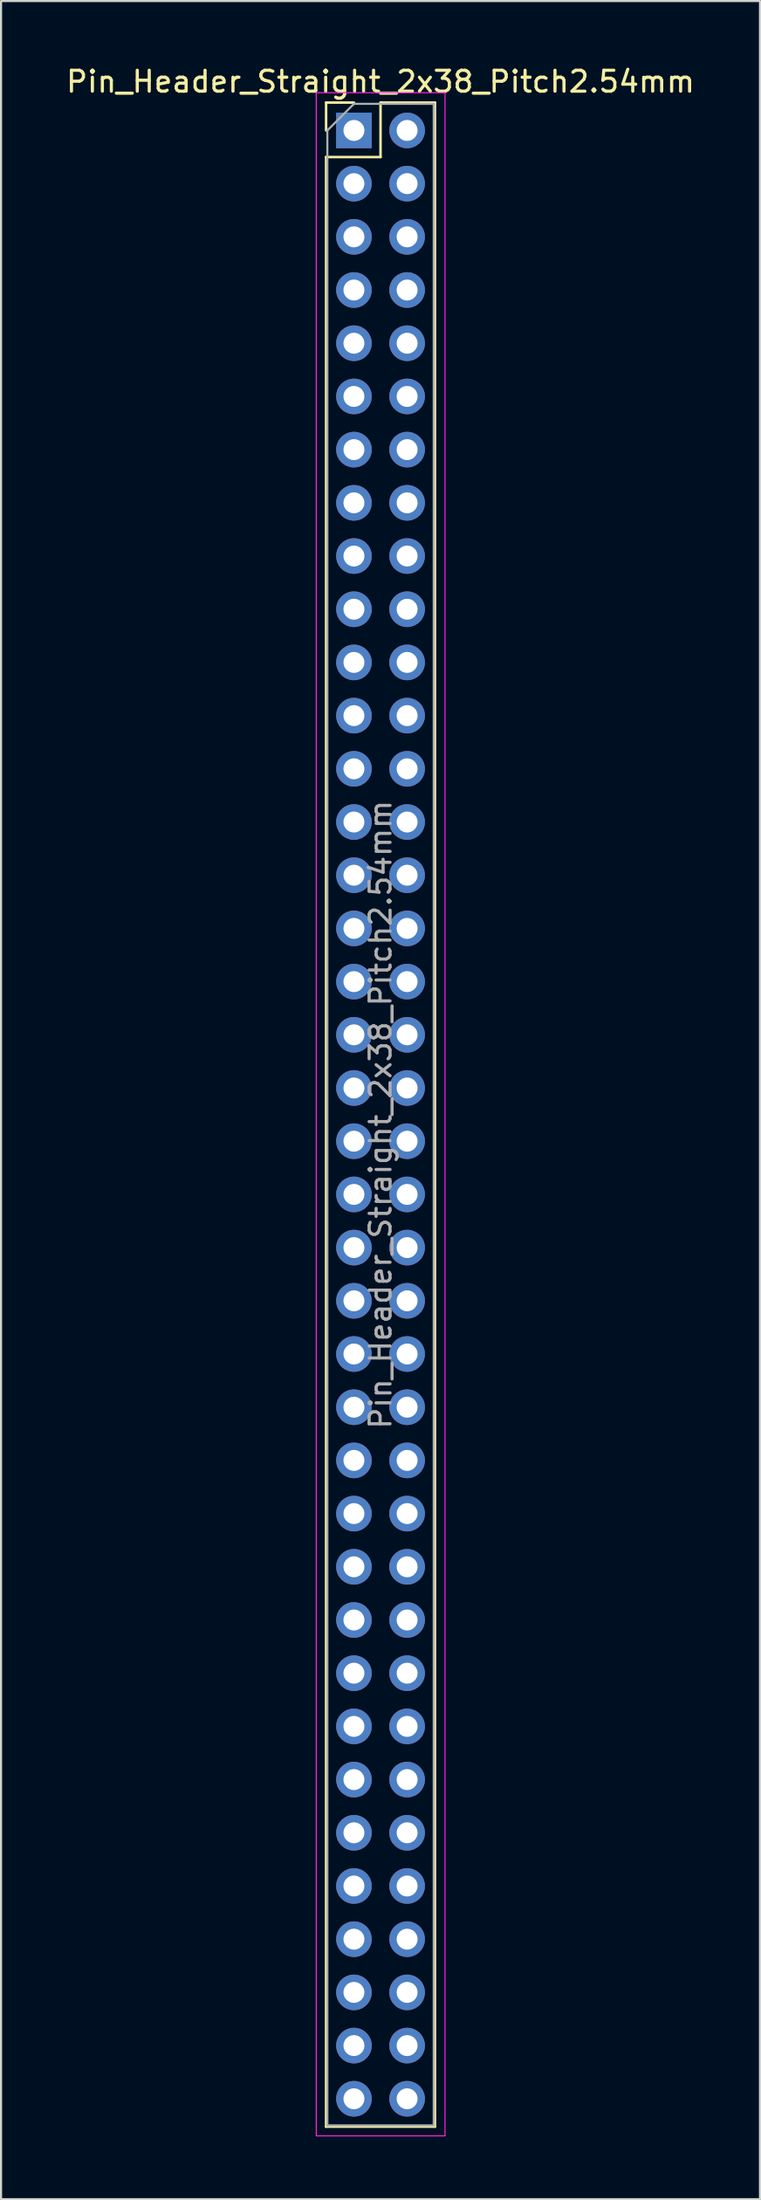
<source format=kicad_pcb>
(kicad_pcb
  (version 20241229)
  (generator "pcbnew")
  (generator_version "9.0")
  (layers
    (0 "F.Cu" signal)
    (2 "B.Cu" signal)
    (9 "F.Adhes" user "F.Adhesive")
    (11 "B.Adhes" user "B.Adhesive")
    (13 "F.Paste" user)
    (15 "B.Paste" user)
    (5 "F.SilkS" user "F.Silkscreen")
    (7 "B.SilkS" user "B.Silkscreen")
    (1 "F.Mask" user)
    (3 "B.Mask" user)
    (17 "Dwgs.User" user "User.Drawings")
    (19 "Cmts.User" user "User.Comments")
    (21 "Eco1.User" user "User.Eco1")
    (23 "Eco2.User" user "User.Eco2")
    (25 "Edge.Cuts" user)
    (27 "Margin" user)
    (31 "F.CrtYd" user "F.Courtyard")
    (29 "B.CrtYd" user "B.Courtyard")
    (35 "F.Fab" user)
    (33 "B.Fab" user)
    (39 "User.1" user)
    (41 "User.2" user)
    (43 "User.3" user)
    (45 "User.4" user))
  (footprint "Pin_Header_Straight_2x38_Pitch2.54mm"
    (layer "F.Cu")
    (at 13.855 3.178)
    (property "Reference" "Pin_Header_Straight_2x38_Pitch2.54mm" (at 1.27 -2.33 0) (layer "F.SilkS") (effects (font (size 1 1) (thickness 0.15))))
    (attr through_hole)
    (fp_line (start -1.33 -1.33) (end 0 -1.33) (stroke (width 0.12) (type solid)) (layer "F.SilkS"))
    (fp_line (start -1.33 0) (end -1.33 -1.33) (stroke (width 0.12) (type solid)) (layer "F.SilkS"))
    (fp_line (start -1.33 1.27) (end -1.33 95.31) (stroke (width 0.12) (type solid)) (layer "F.SilkS"))
    (fp_line (start -1.33 95.31) (end 3.87 95.31) (stroke (width 0.12) (type solid)) (layer "F.SilkS"))
    (fp_line (start 1.27 -1.33) (end 1.27 1.27) (stroke (width 0.12) (type solid)) (layer "F.SilkS"))
    (fp_line (start 1.27 1.27) (end -1.33 1.27) (stroke (width 0.12) (type solid)) (layer "F.SilkS"))
    (fp_line (start 3.87 -1.33) (end 1.27 -1.33) (stroke (width 0.12) (type solid)) (layer "F.SilkS"))
    (fp_line (start 3.87 95.31) (end 3.87 -1.33) (stroke (width 0.12) (type solid)) (layer "F.SilkS"))
    (fp_line (start -1.8 -1.8) (end -1.8 95.75) (stroke (width 0.05) (type solid)) (layer "F.CrtYd"))
    (fp_line (start -1.8 95.75) (end 4.35 95.75) (stroke (width 0.05) (type solid)) (layer "F.CrtYd"))
    (fp_line (start 4.35 -1.8) (end -1.8 -1.8) (stroke (width 0.05) (type solid)) (layer "F.CrtYd"))
    (fp_line (start 4.35 95.75) (end 4.35 -1.8) (stroke (width 0.05) (type solid)) (layer "F.CrtYd"))
    (fp_line (start -1.27 0) (end 0 -1.27) (stroke (width 0.1) (type solid)) (layer "F.Fab"))
    (fp_line (start -1.27 95.25) (end -1.27 0) (stroke (width 0.1) (type solid)) (layer "F.Fab"))
    (fp_line (start 0 -1.27) (end 3.81 -1.27) (stroke (width 0.1) (type solid)) (layer "F.Fab"))
    (fp_line (start 3.81 -1.27) (end 3.81 95.25) (stroke (width 0.1) (type solid)) (layer "F.Fab"))
    (fp_line (start 3.81 95.25) (end -1.27 95.25) (stroke (width 0.1) (type solid)) (layer "F.Fab"))
    (fp_text user "${REFERENCE}" (at 1.27 46.99 90) (layer "F.Fab") (effects (font (size 1 1) (thickness 0.15))))
    (pad "1" thru_hole rect (at 0 0) (size 1.7 1.7) (drill 1) (layers "*.Cu" "*.Mask"))
    (pad "2" thru_hole oval (at 2.54 0) (size 1.7 1.7) (drill 1) (layers "*.Cu" "*.Mask"))
    (pad "3" thru_hole oval (at 0 2.54) (size 1.7 1.7) (drill 1) (layers "*.Cu" "*.Mask"))
    (pad "4" thru_hole oval (at 2.54 2.54) (size 1.7 1.7) (drill 1) (layers "*.Cu" "*.Mask"))
    (pad "5" thru_hole oval (at 0 5.08) (size 1.7 1.7) (drill 1) (layers "*.Cu" "*.Mask"))
    (pad "6" thru_hole oval (at 2.54 5.08) (size 1.7 1.7) (drill 1) (layers "*.Cu" "*.Mask"))
    (pad "7" thru_hole oval (at 0 7.62) (size 1.7 1.7) (drill 1) (layers "*.Cu" "*.Mask"))
    (pad "8" thru_hole oval (at 2.54 7.62) (size 1.7 1.7) (drill 1) (layers "*.Cu" "*.Mask"))
    (pad "9" thru_hole oval (at 0 10.16) (size 1.7 1.7) (drill 1) (layers "*.Cu" "*.Mask"))
    (pad "10" thru_hole oval (at 2.54 10.16) (size 1.7 1.7) (drill 1) (layers "*.Cu" "*.Mask"))
    (pad "11" thru_hole oval (at 0 12.7) (size 1.7 1.7) (drill 1) (layers "*.Cu" "*.Mask"))
    (pad "12" thru_hole oval (at 2.54 12.7) (size 1.7 1.7) (drill 1) (layers "*.Cu" "*.Mask"))
    (pad "13" thru_hole oval (at 0 15.24) (size 1.7 1.7) (drill 1) (layers "*.Cu" "*.Mask"))
    (pad "14" thru_hole oval (at 2.54 15.24) (size 1.7 1.7) (drill 1) (layers "*.Cu" "*.Mask"))
    (pad "15" thru_hole oval (at 0 17.78) (size 1.7 1.7) (drill 1) (layers "*.Cu" "*.Mask"))
    (pad "16" thru_hole oval (at 2.54 17.78) (size 1.7 1.7) (drill 1) (layers "*.Cu" "*.Mask"))
    (pad "17" thru_hole oval (at 0 20.32) (size 1.7 1.7) (drill 1) (layers "*.Cu" "*.Mask"))
    (pad "18" thru_hole oval (at 2.54 20.32) (size 1.7 1.7) (drill 1) (layers "*.Cu" "*.Mask"))
    (pad "19" thru_hole oval (at 0 22.86) (size 1.7 1.7) (drill 1) (layers "*.Cu" "*.Mask"))
    (pad "20" thru_hole oval (at 2.54 22.86) (size 1.7 1.7) (drill 1) (layers "*.Cu" "*.Mask"))
    (pad "21" thru_hole oval (at 0 25.4) (size 1.7 1.7) (drill 1) (layers "*.Cu" "*.Mask"))
    (pad "22" thru_hole oval (at 2.54 25.4) (size 1.7 1.7) (drill 1) (layers "*.Cu" "*.Mask"))
    (pad "23" thru_hole oval (at 0 27.94) (size 1.7 1.7) (drill 1) (layers "*.Cu" "*.Mask"))
    (pad "24" thru_hole oval (at 2.54 27.94) (size 1.7 1.7) (drill 1) (layers "*.Cu" "*.Mask"))
    (pad "25" thru_hole oval (at 0 30.48) (size 1.7 1.7) (drill 1) (layers "*.Cu" "*.Mask"))
    (pad "26" thru_hole oval (at 2.54 30.48) (size 1.7 1.7) (drill 1) (layers "*.Cu" "*.Mask"))
    (pad "27" thru_hole oval (at 0 33.02) (size 1.7 1.7) (drill 1) (layers "*.Cu" "*.Mask"))
    (pad "28" thru_hole oval (at 2.54 33.02) (size 1.7 1.7) (drill 1) (layers "*.Cu" "*.Mask"))
    (pad "29" thru_hole oval (at 0 35.56) (size 1.7 1.7) (drill 1) (layers "*.Cu" "*.Mask"))
    (pad "30" thru_hole oval (at 2.54 35.56) (size 1.7 1.7) (drill 1) (layers "*.Cu" "*.Mask"))
    (pad "31" thru_hole oval (at 0 38.1) (size 1.7 1.7) (drill 1) (layers "*.Cu" "*.Mask"))
    (pad "32" thru_hole oval (at 2.54 38.1) (size 1.7 1.7) (drill 1) (layers "*.Cu" "*.Mask"))
    (pad "33" thru_hole oval (at 0 40.64) (size 1.7 1.7) (drill 1) (layers "*.Cu" "*.Mask"))
    (pad "34" thru_hole oval (at 2.54 40.64) (size 1.7 1.7) (drill 1) (layers "*.Cu" "*.Mask"))
    (pad "35" thru_hole oval (at 0 43.18) (size 1.7 1.7) (drill 1) (layers "*.Cu" "*.Mask"))
    (pad "36" thru_hole oval (at 2.54 43.18) (size 1.7 1.7) (drill 1) (layers "*.Cu" "*.Mask"))
    (pad "37" thru_hole oval (at 0 45.72) (size 1.7 1.7) (drill 1) (layers "*.Cu" "*.Mask"))
    (pad "38" thru_hole oval (at 2.54 45.72) (size 1.7 1.7) (drill 1) (layers "*.Cu" "*.Mask"))
    (pad "39" thru_hole oval (at 0 48.26) (size 1.7 1.7) (drill 1) (layers "*.Cu" "*.Mask"))
    (pad "40" thru_hole oval (at 2.54 48.26) (size 1.7 1.7) (drill 1) (layers "*.Cu" "*.Mask"))
    (pad "41" thru_hole oval (at 0 50.8) (size 1.7 1.7) (drill 1) (layers "*.Cu" "*.Mask"))
    (pad "42" thru_hole oval (at 2.54 50.8) (size 1.7 1.7) (drill 1) (layers "*.Cu" "*.Mask"))
    (pad "43" thru_hole oval (at 0 53.34) (size 1.7 1.7) (drill 1) (layers "*.Cu" "*.Mask"))
    (pad "44" thru_hole oval (at 2.54 53.34) (size 1.7 1.7) (drill 1) (layers "*.Cu" "*.Mask"))
    (pad "45" thru_hole oval (at 0 55.88) (size 1.7 1.7) (drill 1) (layers "*.Cu" "*.Mask"))
    (pad "46" thru_hole oval (at 2.54 55.88) (size 1.7 1.7) (drill 1) (layers "*.Cu" "*.Mask"))
    (pad "47" thru_hole oval (at 0 58.42) (size 1.7 1.7) (drill 1) (layers "*.Cu" "*.Mask"))
    (pad "48" thru_hole oval (at 2.54 58.42) (size 1.7 1.7) (drill 1) (layers "*.Cu" "*.Mask"))
    (pad "49" thru_hole oval (at 0 60.96) (size 1.7 1.7) (drill 1) (layers "*.Cu" "*.Mask"))
    (pad "50" thru_hole oval (at 2.54 60.96) (size 1.7 1.7) (drill 1) (layers "*.Cu" "*.Mask"))
    (pad "51" thru_hole oval (at 0 63.5) (size 1.7 1.7) (drill 1) (layers "*.Cu" "*.Mask"))
    (pad "52" thru_hole oval (at 2.54 63.5) (size 1.7 1.7) (drill 1) (layers "*.Cu" "*.Mask"))
    (pad "53" thru_hole oval (at 0 66.04) (size 1.7 1.7) (drill 1) (layers "*.Cu" "*.Mask"))
    (pad "54" thru_hole oval (at 2.54 66.04) (size 1.7 1.7) (drill 1) (layers "*.Cu" "*.Mask"))
    (pad "55" thru_hole oval (at 0 68.58) (size 1.7 1.7) (drill 1) (layers "*.Cu" "*.Mask"))
    (pad "56" thru_hole oval (at 2.54 68.58) (size 1.7 1.7) (drill 1) (layers "*.Cu" "*.Mask"))
    (pad "57" thru_hole oval (at 0 71.12) (size 1.7 1.7) (drill 1) (layers "*.Cu" "*.Mask"))
    (pad "58" thru_hole oval (at 2.54 71.12) (size 1.7 1.7) (drill 1) (layers "*.Cu" "*.Mask"))
    (pad "59" thru_hole oval (at 0 73.66) (size 1.7 1.7) (drill 1) (layers "*.Cu" "*.Mask"))
    (pad "60" thru_hole oval (at 2.54 73.66) (size 1.7 1.7) (drill 1) (layers "*.Cu" "*.Mask"))
    (pad "61" thru_hole oval (at 0 76.2) (size 1.7 1.7) (drill 1) (layers "*.Cu" "*.Mask"))
    (pad "62" thru_hole oval (at 2.54 76.2) (size 1.7 1.7) (drill 1) (layers "*.Cu" "*.Mask"))
    (pad "63" thru_hole oval (at 0 78.74) (size 1.7 1.7) (drill 1) (layers "*.Cu" "*.Mask"))
    (pad "64" thru_hole oval (at 2.54 78.74) (size 1.7 1.7) (drill 1) (layers "*.Cu" "*.Mask"))
    (pad "65" thru_hole oval (at 0 81.28) (size 1.7 1.7) (drill 1) (layers "*.Cu" "*.Mask"))
    (pad "66" thru_hole oval (at 2.54 81.28) (size 1.7 1.7) (drill 1) (layers "*.Cu" "*.Mask"))
    (pad "67" thru_hole oval (at 0 83.82) (size 1.7 1.7) (drill 1) (layers "*.Cu" "*.Mask"))
    (pad "68" thru_hole oval (at 2.54 83.82) (size 1.7 1.7) (drill 1) (layers "*.Cu" "*.Mask"))
    (pad "69" thru_hole oval (at 0 86.36) (size 1.7 1.7) (drill 1) (layers "*.Cu" "*.Mask"))
    (pad "70" thru_hole oval (at 2.54 86.36) (size 1.7 1.7) (drill 1) (layers "*.Cu" "*.Mask"))
    (pad "71" thru_hole oval (at 0 88.9) (size 1.7 1.7) (drill 1) (layers "*.Cu" "*.Mask"))
    (pad "72" thru_hole oval (at 2.54 88.9) (size 1.7 1.7) (drill 1) (layers "*.Cu" "*.Mask"))
    (pad "73" thru_hole oval (at 0 91.44) (size 1.7 1.7) (drill 1) (layers "*.Cu" "*.Mask"))
    (pad "74" thru_hole oval (at 2.54 91.44) (size 1.7 1.7) (drill 1) (layers "*.Cu" "*.Mask"))
    (pad "75" thru_hole oval (at 0 93.98) (size 1.7 1.7) (drill 1) (layers "*.Cu" "*.Mask"))
    (pad "76" thru_hole oval (at 2.54 93.98) (size 1.7 1.7) (drill 1) (layers "*.Cu" "*.Mask")))
  (gr_rect
    (start -3 -3)
    (end 33.25 101.953)
    (stroke (width 0.1) (type default))
    (fill no)
    (layer "Edge.Cuts")))
</source>
